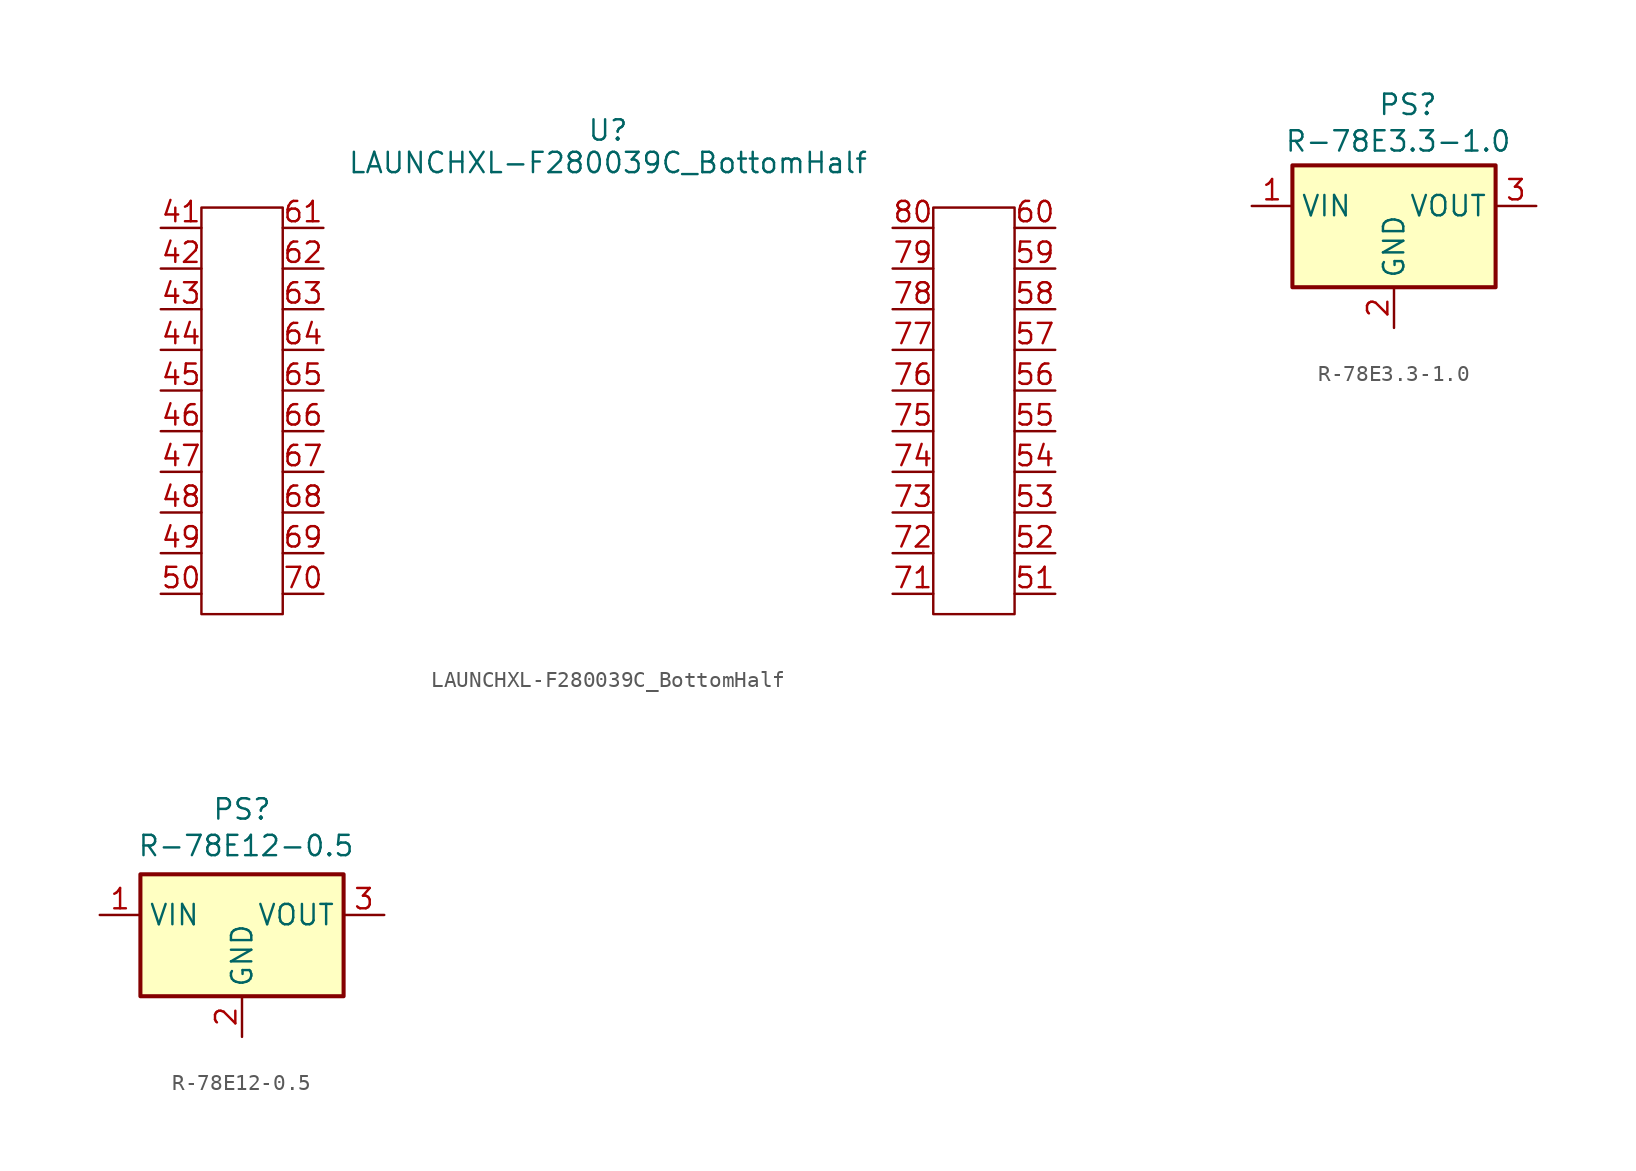
<source format=kicad_sym>
(kicad_symbol_lib
  (version 20231120)
  (generator "kicad_symbol_editor")
  (generator_version "8.0")
  (symbol "LAUNCHXL-F280039C_BottomHalf"
    (property "Reference" "U"
      (at 0 17.526 0)
      (effects (font (size 1.27 1.27))))
    (property "Value" "LAUNCHXL-F280039C_BottomHalf"
      (at 0 15.494 0)
      (effects (font (size 1.27 1.27))))
    (symbol "LAUNCHXL-F280039C_BottomHalf_0_1"
      (rectangle (start -25.4 12.7) (end -20.32 -12.7) (stroke (width 0) (type default)) (fill (type none)))
      (rectangle (start 20.32 12.7) (end 25.4 -12.7) (stroke (width 0) (type default)) (fill (type none))))
    (symbol "LAUNCHXL-F280039C_BottomHalf_1_1"
      (pin bidirectional line (at -27.94 11.43 0) (length 2.54) (name "" (effects (font (size 1.27 1.27)))) (number "41" (effects (font (size 1.27 1.27)))))
      (pin bidirectional line (at -27.94 8.89 0) (length 2.54) (name "" (effects (font (size 1.27 1.27)))) (number "42" (effects (font (size 1.27 1.27)))))
      (pin bidirectional line (at -27.94 6.35 0) (length 2.54) (name "" (effects (font (size 1.27 1.27)))) (number "43" (effects (font (size 1.27 1.27)))))
      (pin bidirectional line (at -27.94 3.81 0) (length 2.54) (name "" (effects (font (size 1.27 1.27)))) (number "44" (effects (font (size 1.27 1.27)))))
      (pin bidirectional line (at -27.94 1.27 0) (length 2.54) (name "" (effects (font (size 1.27 1.27)))) (number "45" (effects (font (size 1.27 1.27)))))
      (pin bidirectional line (at -27.94 -1.27 0) (length 2.54) (name "" (effects (font (size 1.27 1.27)))) (number "46" (effects (font (size 1.27 1.27)))))
      (pin bidirectional line (at -27.94 -3.81 0) (length 2.54) (name "" (effects (font (size 1.27 1.27)))) (number "47" (effects (font (size 1.27 1.27)))))
      (pin bidirectional line (at -27.94 -6.35 0) (length 2.54) (name "" (effects (font (size 1.27 1.27)))) (number "48" (effects (font (size 1.27 1.27)))))
      (pin bidirectional line (at -27.94 -8.89 0) (length 2.54) (name "" (effects (font (size 1.27 1.27)))) (number "49" (effects (font (size 1.27 1.27)))))
      (pin bidirectional line (at -27.94 -11.43 0) (length 2.54) (name "" (effects (font (size 1.27 1.27)))) (number "50" (effects (font (size 1.27 1.27)))))
      (pin bidirectional line (at 27.94 -11.43 180) (length 2.54) (name "" (effects (font (size 1.27 1.27)))) (number "51" (effects (font (size 1.27 1.27)))))
      (pin bidirectional line (at 27.94 -8.89 180) (length 2.54) (name "" (effects (font (size 1.27 1.27)))) (number "52" (effects (font (size 1.27 1.27)))))
      (pin bidirectional line (at 27.94 -6.35 180) (length 2.54) (name "" (effects (font (size 1.27 1.27)))) (number "53" (effects (font (size 1.27 1.27)))))
      (pin bidirectional line (at 27.94 -3.81 180) (length 2.54) (name "" (effects (font (size 1.27 1.27)))) (number "54" (effects (font (size 1.27 1.27)))))
      (pin bidirectional line (at 27.94 -1.27 180) (length 2.54) (name "" (effects (font (size 1.27 1.27)))) (number "55" (effects (font (size 1.27 1.27)))))
      (pin bidirectional line (at 27.94 1.27 180) (length 2.54) (name "" (effects (font (size 1.27 1.27)))) (number "56" (effects (font (size 1.27 1.27)))))
      (pin bidirectional line (at 27.94 3.81 180) (length 2.54) (name "" (effects (font (size 1.27 1.27)))) (number "57" (effects (font (size 1.27 1.27)))))
      (pin bidirectional line (at 27.94 6.35 180) (length 2.54) (name "" (effects (font (size 1.27 1.27)))) (number "58" (effects (font (size 1.27 1.27)))))
      (pin bidirectional line (at 27.94 8.89 180) (length 2.54) (name "" (effects (font (size 1.27 1.27)))) (number "59" (effects (font (size 1.27 1.27)))))
      (pin bidirectional line (at 27.94 11.43 180) (length 2.54) (name "" (effects (font (size 1.27 1.27)))) (number "60" (effects (font (size 1.27 1.27)))))
      (pin bidirectional line (at -17.78 11.43 180) (length 2.54) (name "" (effects (font (size 1.27 1.27)))) (number "61" (effects (font (size 1.27 1.27)))))
      (pin bidirectional line (at -17.78 8.89 180) (length 2.54) (name "" (effects (font (size 1.27 1.27)))) (number "62" (effects (font (size 1.27 1.27)))))
      (pin bidirectional line (at -17.78 6.35 180) (length 2.54) (name "" (effects (font (size 1.27 1.27)))) (number "63" (effects (font (size 1.27 1.27)))))
      (pin bidirectional line (at -17.78 3.81 180) (length 2.54) (name "" (effects (font (size 1.27 1.27)))) (number "64" (effects (font (size 1.27 1.27)))))
      (pin bidirectional line (at -17.78 1.27 180) (length 2.54) (name "" (effects (font (size 1.27 1.27)))) (number "65" (effects (font (size 1.27 1.27)))))
      (pin bidirectional line (at -17.78 -1.27 180) (length 2.54) (name "" (effects (font (size 1.27 1.27)))) (number "66" (effects (font (size 1.27 1.27)))))
      (pin bidirectional line (at -17.78 -3.81 180) (length 2.54) (name "" (effects (font (size 1.27 1.27)))) (number "67" (effects (font (size 1.27 1.27)))))
      (pin bidirectional line (at -17.78 -6.35 180) (length 2.54) (name "" (effects (font (size 1.27 1.27)))) (number "68" (effects (font (size 1.27 1.27)))))
      (pin bidirectional line (at -17.78 -8.89 180) (length 2.54) (name "" (effects (font (size 1.27 1.27)))) (number "69" (effects (font (size 1.27 1.27)))))
      (pin bidirectional line (at -17.78 -11.43 180) (length 2.54) (name "" (effects (font (size 1.27 1.27)))) (number "70" (effects (font (size 1.27 1.27)))))
      (pin bidirectional line (at 17.78 -11.43 0) (length 2.54) (name "" (effects (font (size 1.27 1.27)))) (number "71" (effects (font (size 1.27 1.27)))))
      (pin bidirectional line (at 17.78 -8.89 0) (length 2.54) (name "" (effects (font (size 1.27 1.27)))) (number "72" (effects (font (size 1.27 1.27)))))
      (pin bidirectional line (at 17.78 -6.35 0) (length 2.54) (name "" (effects (font (size 1.27 1.27)))) (number "73" (effects (font (size 1.27 1.27)))))
      (pin bidirectional line (at 17.78 -3.81 0) (length 2.54) (name "" (effects (font (size 1.27 1.27)))) (number "74" (effects (font (size 1.27 1.27)))))
      (pin bidirectional line (at 17.78 -1.27 0) (length 2.54) (name "" (effects (font (size 1.27 1.27)))) (number "75" (effects (font (size 1.27 1.27)))))
      (pin bidirectional line (at 17.78 1.27 0) (length 2.54) (name "" (effects (font (size 1.27 1.27)))) (number "76" (effects (font (size 1.27 1.27)))))
      (pin bidirectional line (at 17.78 3.81 0) (length 2.54) (name "" (effects (font (size 1.27 1.27)))) (number "77" (effects (font (size 1.27 1.27)))))
      (pin bidirectional line (at 17.78 6.35 0) (length 2.54) (name "" (effects (font (size 1.27 1.27)))) (number "78" (effects (font (size 1.27 1.27)))))
      (pin bidirectional line (at 17.78 8.89 0) (length 2.54) (name "" (effects (font (size 1.27 1.27)))) (number "79" (effects (font (size 1.27 1.27)))))
      (pin bidirectional line (at 17.78 11.43 0) (length 2.54) (name "" (effects (font (size 1.27 1.27)))) (number "80" (effects (font (size 1.27 1.27)))))))
  (symbol "R-78E3.3-1.0"
    (property "Reference" "PS"
      (at -1.016 6.858 0)
      (effects (font (size 1.27 1.27)) (justify left bottom)))
    (property "Value" "R-78E3.3-1.0"
      (at -6.858 4.572 0)
      (effects (font (size 1.27 1.27)) (justify left bottom)))
    (symbol "R-78E3.3-1.0_0_0"
      (rectangle (start -6.35 3.81) (end 6.35 -3.81) (stroke (width 0.254) (type default)) (fill (type background))))
    (symbol "R-78E3.3-1.0_1_0"
      (pin input line (at -8.89 1.27 0) (length 2.54) (name "VIN" (effects (font (size 1.27 1.27)))) (number "1" (effects (font (size 1.27 1.27)))))
      (pin power_in line (at 0 -6.35 90) (length 2.54) (name "GND" (effects (font (size 1.27 1.27)))) (number "2" (effects (font (size 1.27 1.27)))))
      (pin output line (at 8.89 1.27 180) (length 2.54) (name "VOUT" (effects (font (size 1.27 1.27)))) (number "3" (effects (font (size 1.27 1.27)))))))
  (symbol "R-78E12-0.5"
    (property "Reference" "PS"
      (at 0 7.874 0)
      (effects (font (size 1.27 1.27))))
    (property "Value" "R-78E12-0.5"
      (at 0.254 5.588 0)
      (effects (font (size 1.27 1.27))))
    (symbol "R-78E12-0.5_0_0"
      (rectangle (start -6.35 3.81) (end 6.35 -3.81) (stroke (width 0.254) (type default)) (fill (type background))))
    (symbol "R-78E12-0.5_1_0"
      (pin input line (at -8.89 1.27 0) (length 2.54) (name "VIN" (effects (font (size 1.27 1.27)))) (number "1" (effects (font (size 1.27 1.27)))))
      (pin power_in line (at 0 -6.35 90) (length 2.54) (name "GND" (effects (font (size 1.27 1.27)))) (number "2" (effects (font (size 1.27 1.27)))))
      (pin output line (at 8.89 1.27 180) (length 2.54) (name "VOUT" (effects (font (size 1.27 1.27)))) (number "3" (effects (font (size 1.27 1.27))))))))
</source>
